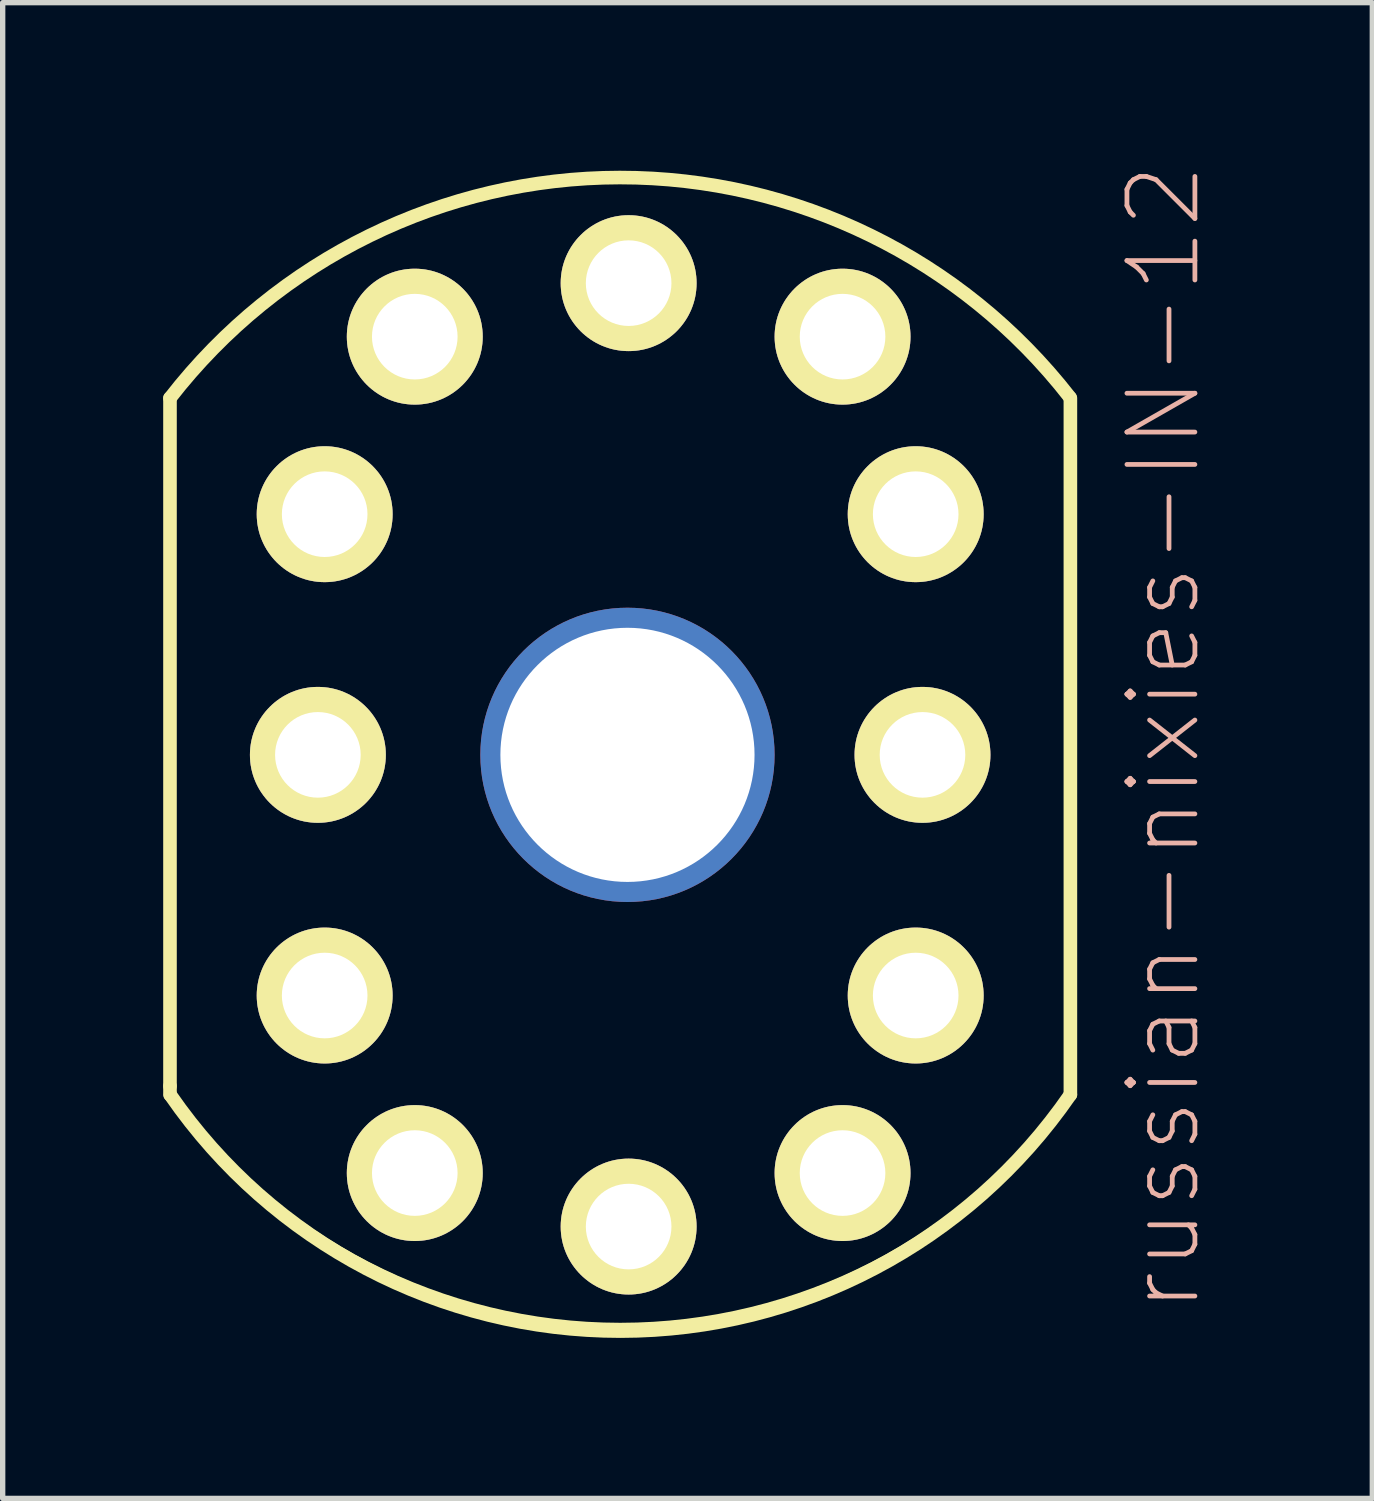
<source format=kicad_pcb>
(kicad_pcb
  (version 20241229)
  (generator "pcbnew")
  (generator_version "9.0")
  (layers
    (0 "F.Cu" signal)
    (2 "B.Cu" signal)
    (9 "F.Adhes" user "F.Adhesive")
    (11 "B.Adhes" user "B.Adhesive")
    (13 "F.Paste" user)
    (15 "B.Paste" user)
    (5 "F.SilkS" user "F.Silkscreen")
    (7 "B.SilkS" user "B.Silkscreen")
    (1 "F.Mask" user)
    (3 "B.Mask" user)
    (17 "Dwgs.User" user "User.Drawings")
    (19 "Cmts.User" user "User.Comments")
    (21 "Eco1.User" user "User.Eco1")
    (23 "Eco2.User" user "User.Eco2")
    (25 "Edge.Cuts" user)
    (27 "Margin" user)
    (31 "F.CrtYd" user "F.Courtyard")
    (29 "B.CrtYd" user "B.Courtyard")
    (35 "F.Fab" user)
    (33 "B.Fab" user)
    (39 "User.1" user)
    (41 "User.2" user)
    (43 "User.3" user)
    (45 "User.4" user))
  (footprint "russian-nixies-IN-12"
    (layer "F.Cu")
    (at 9.017 11.058)
    (property "Reference" "russian-nixies-IN-12" (at 9.682 -0.318 90) (layer "B.SilkS") (effects (font (size 1.27 1.27) (thickness 0.089))))
    (attr exclude_from_pos_files exclude_from_bom)
    (fp_line (start -8.89 6.19) (end -8.89 -6.668) (stroke (width 0.254) (type solid)) (layer "F.SilkS"))
    (fp_line (start -8.89 6.19) (end -8.89 6.35) (stroke (width 0.254) (type solid)) (layer "F.SilkS"))
    (fp_line (start 7.938 -6.668) (end 7.938 6.35) (stroke (width 0.254) (type solid)) (layer "F.SilkS"))
    (fp_arc (start -8.89 -6.6675) (mid -0.483925 -10.789801) (end 7.929063 -6.681627) (stroke (width 0.254) (type solid)) (layer "F.SilkS"))
    (fp_arc (start -8.89 -6.6675) (mid -0.483112 -10.757563) (end 7.929982 -6.680281) (stroke (width 0.127) (type solid)) (layer "F.SilkS"))
    (fp_arc (start 7.9375 6.35) (mid -0.475414 10.677846) (end -8.887964 6.349294) (stroke (width 0.127) (type solid)) (layer "F.SilkS"))
    (fp_arc (start 7.9375 6.35) (mid -0.469135 10.76972) (end -8.880822 6.359623) (stroke (width 0.254) (type solid)) (layer "F.SilkS"))
    (pad "" thru_hole circle (at -0.34 0) (size 5.5 5.5) (drill 4.75) (layers "*.Cu"))
    (pad "0" thru_hole circle (at 5.047 4.498) (size 2.54 2.54) (drill 1.6) (layers "*.Cu" "*.Mask" "F.SilkS"))
    (pad "1" thru_hole circle (at -4.315 7.816) (size 2.54 2.54) (drill 1.6) (layers "*.Cu" "*.Mask" "F.SilkS"))
    (pad "2" thru_hole circle (at -5.999 4.498) (size 2.54 2.54) (drill 1.6) (layers "*.Cu" "*.Mask" "F.SilkS"))
    (pad "3" thru_hole circle (at -6.126 0) (size 2.54 2.54) (drill 1.6) (layers "*.Cu" "*.Mask" "F.SilkS"))
    (pad "4" thru_hole circle (at -5.999 -4.498) (size 2.54 2.54) (drill 1.6) (layers "*.Cu" "*.Mask" "F.SilkS"))
    (pad "5" thru_hole circle (at -4.315 -7.816) (size 2.54 2.54) (drill 1.6) (layers "*.Cu" "*.Mask" "F.SilkS"))
    (pad "6" thru_hole circle (at -0.318 -8.816) (size 2.54 2.54) (drill 1.6) (layers "*.Cu" "*.Mask" "F.SilkS"))
    (pad "7" thru_hole circle (at 3.68 -7.816) (size 2.54 2.54) (drill 1.6) (layers "*.Cu" "*.Mask" "F.SilkS"))
    (pad "8" thru_hole circle (at 5.047 -4.498) (size 2.54 2.54) (drill 1.6) (layers "*.Cu" "*.Mask" "F.SilkS"))
    (pad "9" thru_hole circle (at 5.174 0) (size 2.54 2.54) (drill 1.6) (layers "*.Cu" "*.Mask" "F.SilkS"))
    (pad "A" thru_hole circle (at 3.68 7.816) (size 2.54 2.54) (drill 1.6) (layers "*.Cu" "*.Mask" "F.SilkS"))
    (pad "LHDP" thru_hole circle (at -0.318 8.816) (size 2.54 2.54) (drill 1.6) (layers "*.Cu" "*.Mask" "F.SilkS")))
  (gr_rect
    (start -3 -3)
    (end 22.598 24.955)
    (stroke (width 0.1) (type default))
    (fill no)
    (layer "Edge.Cuts")))
</source>
